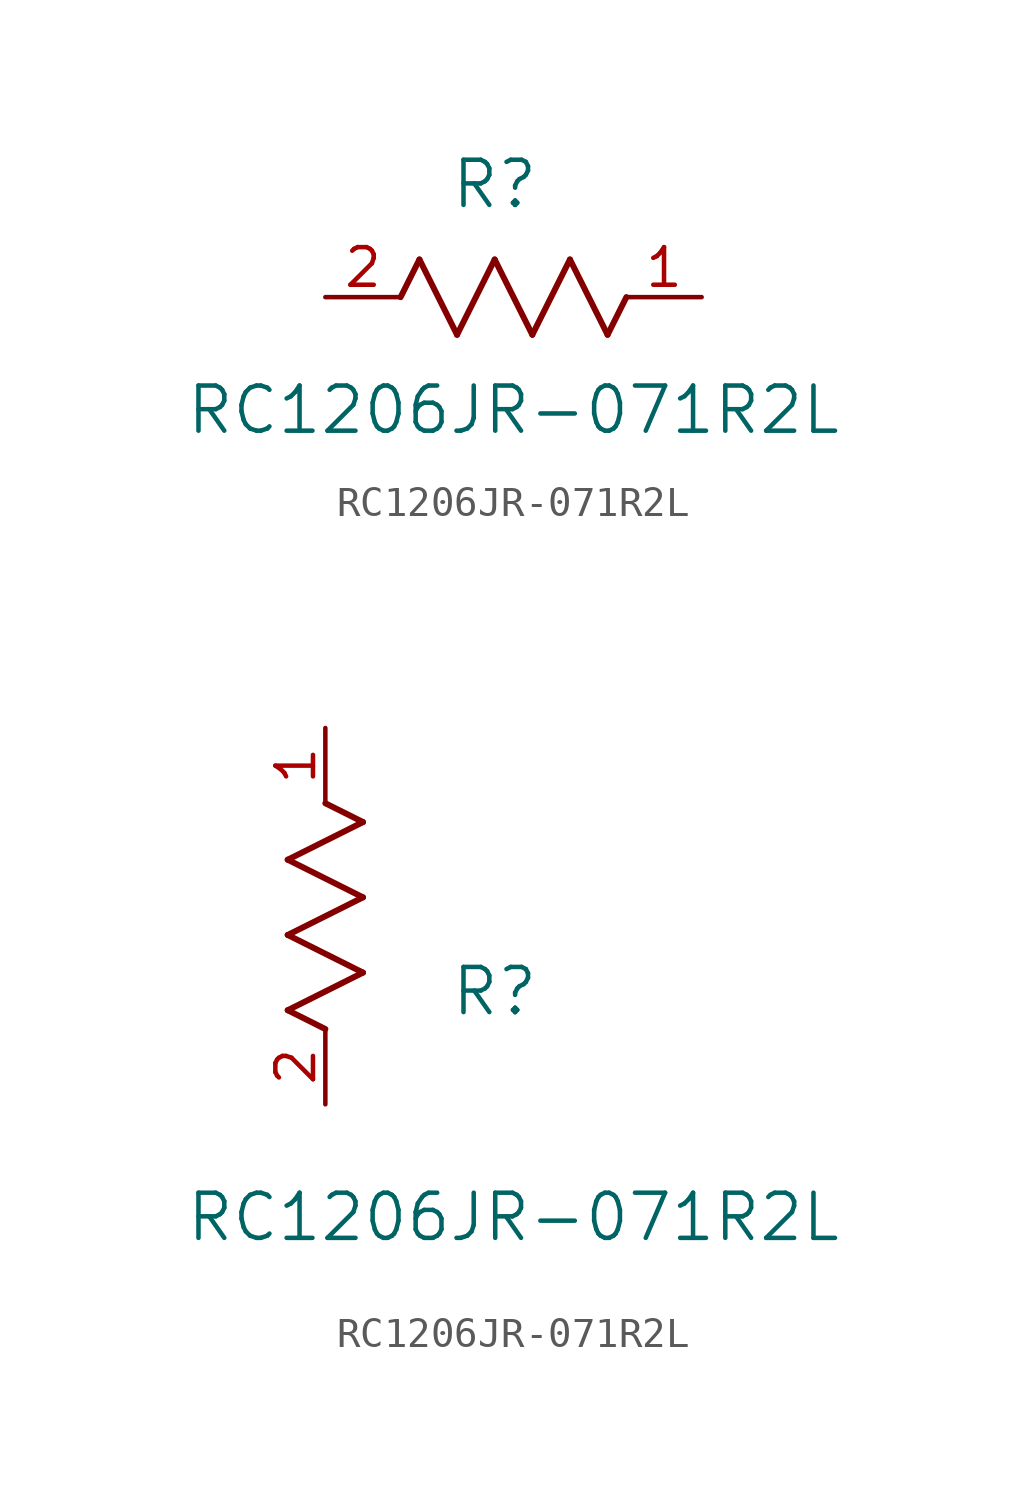
<source format=kicad_sym>
(kicad_symbol_lib
  (version 20211014)
  (generator kicad_symbol_editor)
  (symbol "RC1206JR-071R2L"
    (pin_names
      (offset 0.254))
    (property "Reference" "R"
      (at 5.715 3.81 0)
      (effects (font (size 1.524 1.524))))
    (property "Value" "RC1206JR-071R2L"
      (at 6.35 -3.81 0)
      (effects (font (size 1.524 1.524))))
    (symbol "RC1206JR-071R2L_1_1"
      (polyline (pts (xy 3.175 1.27) (xy 4.445 -1.27)) (stroke (width 0.203) (type default) (color 0 0 0 0)) (fill (type none)))
      (polyline (pts (xy 4.445 -1.27) (xy 5.715 1.27)) (stroke (width 0.203) (type default) (color 0 0 0 0)) (fill (type none)))
      (polyline (pts (xy 5.715 1.27) (xy 6.985 -1.27)) (stroke (width 0.203) (type default) (color 0 0 0 0)) (fill (type none)))
      (polyline (pts (xy 6.985 -1.27) (xy 8.255 1.27)) (stroke (width 0.203) (type default) (color 0 0 0 0)) (fill (type none)))
      (polyline (pts (xy 8.255 1.27) (xy 9.525 -1.27)) (stroke (width 0.203) (type default) (color 0 0 0 0)) (fill (type none)))
      (polyline (pts (xy 2.54 0) (xy 3.175 1.27)) (stroke (width 0.203) (type default) (color 0 0 0 0)) (fill (type none)))
      (polyline (pts (xy 9.525 -1.27) (xy 10.16 0)) (stroke (width 0.203) (type default) (color 0 0 0 0)) (fill (type none)))
      (pin unspecified line (at 12.7 0 180) (length 2.54) (name "" (effects (font (size 1.27 1.27)))) (number "1" (effects (font (size 1.27 1.27)))))
      (pin unspecified line (at 0 0 0) (length 2.54) (name "" (effects (font (size 1.27 1.27)))) (number "2" (effects (font (size 1.27 1.27))))))
    (symbol "RC1206JR-071R2L_1_2"
      (polyline (pts (xy 0 2.54) (xy -1.27 3.175)) (stroke (width 0.203) (type default) (color 0 0 0 0)) (fill (type none)))
      (polyline (pts (xy -1.27 3.175) (xy 1.27 4.445)) (stroke (width 0.203) (type default) (color 0 0 0 0)) (fill (type none)))
      (polyline (pts (xy 1.27 4.445) (xy -1.27 5.715)) (stroke (width 0.203) (type default) (color 0 0 0 0)) (fill (type none)))
      (polyline (pts (xy -1.27 5.715) (xy 1.27 6.985)) (stroke (width 0.203) (type default) (color 0 0 0 0)) (fill (type none)))
      (polyline (pts (xy -1.27 8.255) (xy 1.27 9.525)) (stroke (width 0.203) (type default) (color 0 0 0 0)) (fill (type none)))
      (polyline (pts (xy 1.27 9.525) (xy 0 10.16)) (stroke (width 0.203) (type default) (color 0 0 0 0)) (fill (type none)))
      (polyline (pts (xy 1.27 6.985) (xy -1.27 8.255)) (stroke (width 0.203) (type default) (color 0 0 0 0)) (fill (type none)))
      (pin unspecified line (at 0 12.7 270) (length 2.54) (name "" (effects (font (size 1.27 1.27)))) (number "1" (effects (font (size 1.27 1.27)))))
      (pin unspecified line (at 0 0 90) (length 2.54) (name "" (effects (font (size 1.27 1.27)))) (number "2" (effects (font (size 1.27 1.27))))))))
</source>
